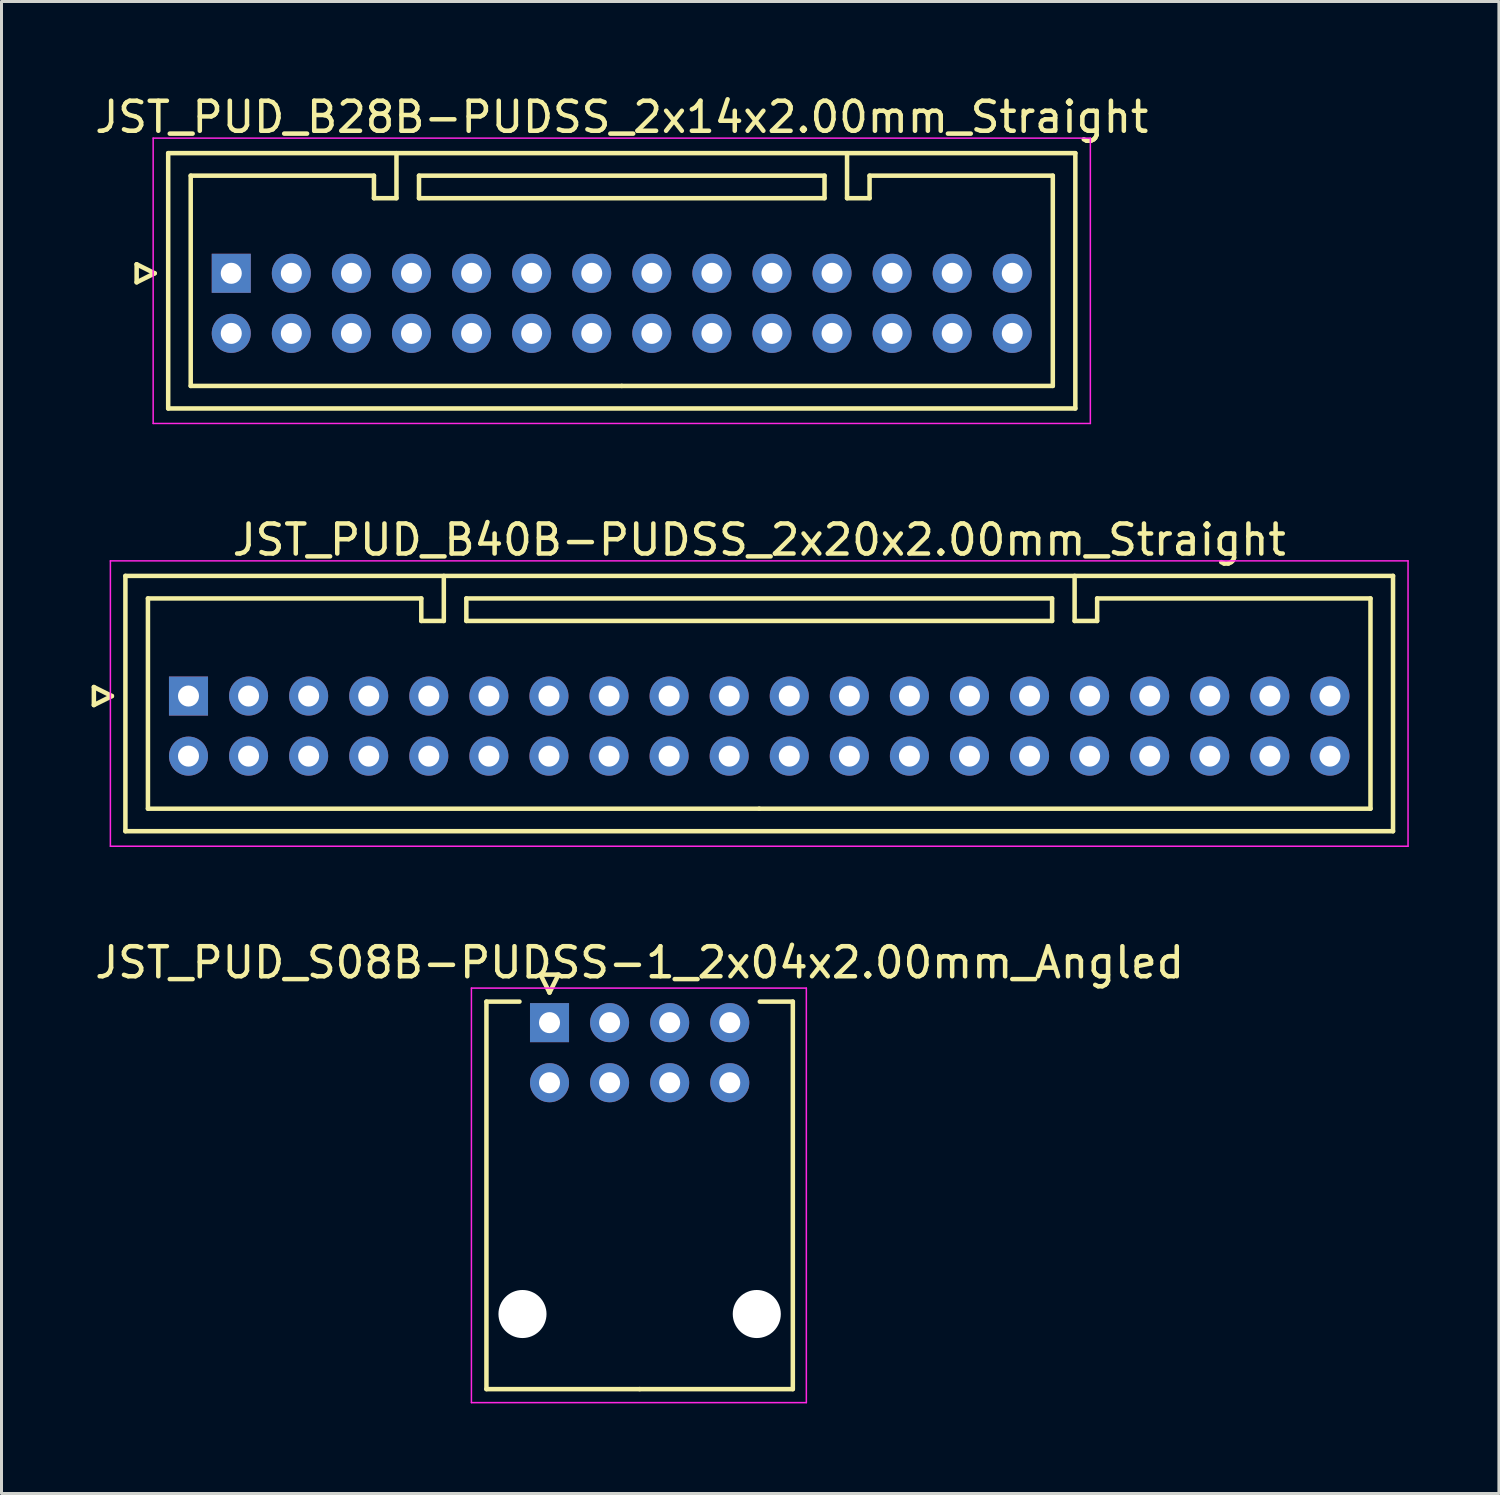
<source format=kicad_pcb>
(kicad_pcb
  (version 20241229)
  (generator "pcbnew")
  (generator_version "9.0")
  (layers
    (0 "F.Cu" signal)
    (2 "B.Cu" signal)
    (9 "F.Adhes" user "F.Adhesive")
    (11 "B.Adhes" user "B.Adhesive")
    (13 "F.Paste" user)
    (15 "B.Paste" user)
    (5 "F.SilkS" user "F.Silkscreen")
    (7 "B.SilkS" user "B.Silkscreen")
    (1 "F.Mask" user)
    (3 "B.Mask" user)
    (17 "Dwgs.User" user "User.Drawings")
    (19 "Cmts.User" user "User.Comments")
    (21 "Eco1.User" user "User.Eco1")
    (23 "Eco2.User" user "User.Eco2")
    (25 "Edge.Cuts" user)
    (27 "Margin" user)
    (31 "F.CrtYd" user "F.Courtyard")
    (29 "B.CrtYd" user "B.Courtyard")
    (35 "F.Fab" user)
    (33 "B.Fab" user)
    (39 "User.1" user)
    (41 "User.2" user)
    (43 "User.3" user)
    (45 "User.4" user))
  (footprint "JST_PUD_S08B-PUDSS-1_2x04x2.00mm_Angled"
    (layer "F.Cu")
    (at 15.244 30.995)
    (property "Reference" "JST_PUD_S08B-PUDSS-1_2x04x2.00mm_Angled" (at 3 -2 0) (layer "F.SilkS") (effects (font (size 1 1) (thickness 0.15))))
    (attr through_hole)
    (fp_line (start -2.1 -0.7) (end -2.1 12.2) (stroke (width 0.15) (type solid)) (layer "F.SilkS"))
    (fp_line (start -2.1 12.2) (end 3 12.2) (stroke (width 0.15) (type solid)) (layer "F.SilkS"))
    (fp_line (start -1 -0.7) (end -2.1 -0.7) (stroke (width 0.15) (type solid)) (layer "F.SilkS"))
    (fp_line (start -0.3 -1.6) (end 0.3 -1.6) (stroke (width 0.15) (type solid)) (layer "F.SilkS"))
    (fp_line (start 0 -1) (end -0.3 -1.6) (stroke (width 0.15) (type solid)) (layer "F.SilkS"))
    (fp_line (start 0.3 -1.6) (end 0 -1) (stroke (width 0.15) (type solid)) (layer "F.SilkS"))
    (fp_line (start 7 -0.7) (end 8.1 -0.7) (stroke (width 0.15) (type solid)) (layer "F.SilkS"))
    (fp_line (start 8.1 -0.7) (end 8.1 12.2) (stroke (width 0.15) (type solid)) (layer "F.SilkS"))
    (fp_line (start 8.1 12.2) (end 3 12.2) (stroke (width 0.15) (type solid)) (layer "F.SilkS"))
    (fp_line (start -2.6 -1.15) (end -2.6 12.65) (stroke (width 0.05) (type solid)) (layer "F.CrtYd"))
    (fp_line (start -2.6 12.65) (end 8.55 12.65) (stroke (width 0.05) (type solid)) (layer "F.CrtYd"))
    (fp_line (start 8.55 -1.15) (end -2.6 -1.15) (stroke (width 0.05) (type solid)) (layer "F.CrtYd"))
    (fp_line (start 8.55 12.65) (end 8.55 -1.15) (stroke (width 0.05) (type solid)) (layer "F.CrtYd"))
    (pad "" np_thru_hole circle (at -0.9 9.7) (size 1.6 1.6) (drill 1.6) (layers "*.Cu"))
    (pad "" np_thru_hole circle (at 6.9 9.7) (size 1.6 1.6) (drill 1.6) (layers "*.Cu"))
    (pad "1" thru_hole rect (at 0 0) (size 1.3 1.3) (drill 0.7) (layers "*.Cu" "*.Mask"))
    (pad "2" thru_hole circle (at 0 2) (size 1.3 1.3) (drill 0.7) (layers "*.Cu" "*.Mask"))
    (pad "3" thru_hole circle (at 2 0) (size 1.3 1.3) (drill 0.7) (layers "*.Cu" "*.Mask"))
    (pad "4" thru_hole circle (at 2 2) (size 1.3 1.3) (drill 0.7) (layers "*.Cu" "*.Mask"))
    (pad "5" thru_hole circle (at 4 0) (size 1.3 1.3) (drill 0.7) (layers "*.Cu" "*.Mask"))
    (pad "6" thru_hole circle (at 4 2) (size 1.3 1.3) (drill 0.7) (layers "*.Cu" "*.Mask"))
    (pad "7" thru_hole circle (at 6 0) (size 1.3 1.3) (drill 0.7) (layers "*.Cu" "*.Mask"))
    (pad "8" thru_hole circle (at 6 2) (size 1.3 1.3) (drill 0.7) (layers "*.Cu" "*.Mask")))
  (footprint "JST_PUD_B40B-PUDSS_2x20x2.00mm_Straight"
    (layer "F.Cu")
    (at 3.225 20.122)
    (property "Reference" "JST_PUD_B40B-PUDSS_2x20x2.00mm_Straight" (at 19 -5.2 0) (layer "F.SilkS") (effects (font (size 1 1) (thickness 0.15))))
    (attr through_hole)
    (fp_line (start -3.15 -0.3) (end -2.55 0) (stroke (width 0.15) (type solid)) (layer "F.SilkS"))
    (fp_line (start -3.15 0.3) (end -3.15 -0.3) (stroke (width 0.15) (type solid)) (layer "F.SilkS"))
    (fp_line (start -2.55 0) (end -3.15 0.3) (stroke (width 0.15) (type solid)) (layer "F.SilkS"))
    (fp_line (start -2.1 -4) (end -2.1 4.5) (stroke (width 0.15) (type solid)) (layer "F.SilkS"))
    (fp_line (start -2.1 4.5) (end 40.1 4.5) (stroke (width 0.15) (type solid)) (layer "F.SilkS"))
    (fp_line (start -1.35 -3.25) (end -1.35 3.75) (stroke (width 0.15) (type solid)) (layer "F.SilkS"))
    (fp_line (start -1.35 3.75) (end 19 3.75) (stroke (width 0.15) (type solid)) (layer "F.SilkS"))
    (fp_line (start 7.75 -3.25) (end -1.35 -3.25) (stroke (width 0.15) (type solid)) (layer "F.SilkS"))
    (fp_line (start 7.75 -2.5) (end 7.75 -3.25) (stroke (width 0.15) (type solid)) (layer "F.SilkS"))
    (fp_line (start 8.5 -4) (end 8.5 -2.5) (stroke (width 0.15) (type solid)) (layer "F.SilkS"))
    (fp_line (start 8.5 -2.5) (end 7.75 -2.5) (stroke (width 0.15) (type solid)) (layer "F.SilkS"))
    (fp_line (start 9.25 -3.25) (end 9.25 -2.5) (stroke (width 0.15) (type solid)) (layer "F.SilkS"))
    (fp_line (start 9.25 -2.5) (end 28.75 -2.5) (stroke (width 0.15) (type solid)) (layer "F.SilkS"))
    (fp_line (start 28.75 -3.25) (end 9.25 -3.25) (stroke (width 0.15) (type solid)) (layer "F.SilkS"))
    (fp_line (start 28.75 -2.5) (end 28.75 -3.25) (stroke (width 0.15) (type solid)) (layer "F.SilkS"))
    (fp_line (start 29.5 -4) (end 29.5 -2.5) (stroke (width 0.15) (type solid)) (layer "F.SilkS"))
    (fp_line (start 29.5 -2.5) (end 30.25 -2.5) (stroke (width 0.15) (type solid)) (layer "F.SilkS"))
    (fp_line (start 30.25 -3.25) (end 39.35 -3.25) (stroke (width 0.15) (type solid)) (layer "F.SilkS"))
    (fp_line (start 30.25 -2.5) (end 30.25 -3.25) (stroke (width 0.15) (type solid)) (layer "F.SilkS"))
    (fp_line (start 39.35 -3.25) (end 39.35 3.75) (stroke (width 0.15) (type solid)) (layer "F.SilkS"))
    (fp_line (start 39.35 3.75) (end 19 3.75) (stroke (width 0.15) (type solid)) (layer "F.SilkS"))
    (fp_line (start 40.1 -4) (end -2.1 -4) (stroke (width 0.15) (type solid)) (layer "F.SilkS"))
    (fp_line (start 40.1 4.5) (end 40.1 -4) (stroke (width 0.15) (type solid)) (layer "F.SilkS"))
    (fp_line (start -2.6 -4.5) (end -2.6 5) (stroke (width 0.05) (type solid)) (layer "F.CrtYd"))
    (fp_line (start -2.6 5) (end 40.6 5) (stroke (width 0.05) (type solid)) (layer "F.CrtYd"))
    (fp_line (start 40.6 -4.5) (end -2.6 -4.5) (stroke (width 0.05) (type solid)) (layer "F.CrtYd"))
    (fp_line (start 40.6 5) (end 40.6 -4.5) (stroke (width 0.05) (type solid)) (layer "F.CrtYd"))
    (pad "1" thru_hole rect (at 0 0) (size 1.3 1.3) (drill 0.7) (layers "*.Cu" "*.Mask"))
    (pad "2" thru_hole circle (at 0 2) (size 1.3 1.3) (drill 0.7) (layers "*.Cu" "*.Mask"))
    (pad "3" thru_hole circle (at 2 0) (size 1.3 1.3) (drill 0.7) (layers "*.Cu" "*.Mask"))
    (pad "4" thru_hole circle (at 2 2) (size 1.3 1.3) (drill 0.7) (layers "*.Cu" "*.Mask"))
    (pad "5" thru_hole circle (at 4 0) (size 1.3 1.3) (drill 0.7) (layers "*.Cu" "*.Mask"))
    (pad "6" thru_hole circle (at 4 2) (size 1.3 1.3) (drill 0.7) (layers "*.Cu" "*.Mask"))
    (pad "7" thru_hole circle (at 6 0) (size 1.3 1.3) (drill 0.7) (layers "*.Cu" "*.Mask"))
    (pad "8" thru_hole circle (at 6 2) (size 1.3 1.3) (drill 0.7) (layers "*.Cu" "*.Mask"))
    (pad "9" thru_hole circle (at 8 0) (size 1.3 1.3) (drill 0.7) (layers "*.Cu" "*.Mask"))
    (pad "10" thru_hole circle (at 8 2) (size 1.3 1.3) (drill 0.7) (layers "*.Cu" "*.Mask"))
    (pad "11" thru_hole circle (at 10 0) (size 1.3 1.3) (drill 0.7) (layers "*.Cu" "*.Mask"))
    (pad "12" thru_hole circle (at 10 2) (size 1.3 1.3) (drill 0.7) (layers "*.Cu" "*.Mask"))
    (pad "13" thru_hole circle (at 12 0) (size 1.3 1.3) (drill 0.7) (layers "*.Cu" "*.Mask"))
    (pad "14" thru_hole circle (at 12 2) (size 1.3 1.3) (drill 0.7) (layers "*.Cu" "*.Mask"))
    (pad "15" thru_hole circle (at 14 0) (size 1.3 1.3) (drill 0.7) (layers "*.Cu" "*.Mask"))
    (pad "16" thru_hole circle (at 14 2) (size 1.3 1.3) (drill 0.7) (layers "*.Cu" "*.Mask"))
    (pad "17" thru_hole circle (at 16 0) (size 1.3 1.3) (drill 0.7) (layers "*.Cu" "*.Mask"))
    (pad "18" thru_hole circle (at 16 2) (size 1.3 1.3) (drill 0.7) (layers "*.Cu" "*.Mask"))
    (pad "19" thru_hole circle (at 18 0) (size 1.3 1.3) (drill 0.7) (layers "*.Cu" "*.Mask"))
    (pad "20" thru_hole circle (at 18 2) (size 1.3 1.3) (drill 0.7) (layers "*.Cu" "*.Mask"))
    (pad "21" thru_hole circle (at 20 0) (size 1.3 1.3) (drill 0.7) (layers "*.Cu" "*.Mask"))
    (pad "22" thru_hole circle (at 20 2) (size 1.3 1.3) (drill 0.7) (layers "*.Cu" "*.Mask"))
    (pad "23" thru_hole circle (at 22 0) (size 1.3 1.3) (drill 0.7) (layers "*.Cu" "*.Mask"))
    (pad "24" thru_hole circle (at 22 2) (size 1.3 1.3) (drill 0.7) (layers "*.Cu" "*.Mask"))
    (pad "25" thru_hole circle (at 24 0) (size 1.3 1.3) (drill 0.7) (layers "*.Cu" "*.Mask"))
    (pad "26" thru_hole circle (at 24 2) (size 1.3 1.3) (drill 0.7) (layers "*.Cu" "*.Mask"))
    (pad "27" thru_hole circle (at 26 0) (size 1.3 1.3) (drill 0.7) (layers "*.Cu" "*.Mask"))
    (pad "28" thru_hole circle (at 26 2) (size 1.3 1.3) (drill 0.7) (layers "*.Cu" "*.Mask"))
    (pad "29" thru_hole circle (at 28 0) (size 1.3 1.3) (drill 0.7) (layers "*.Cu" "*.Mask"))
    (pad "30" thru_hole circle (at 28 2) (size 1.3 1.3) (drill 0.7) (layers "*.Cu" "*.Mask"))
    (pad "31" thru_hole circle (at 30 0) (size 1.3 1.3) (drill 0.7) (layers "*.Cu" "*.Mask"))
    (pad "32" thru_hole circle (at 30 2) (size 1.3 1.3) (drill 0.7) (layers "*.Cu" "*.Mask"))
    (pad "33" thru_hole circle (at 32 0) (size 1.3 1.3) (drill 0.7) (layers "*.Cu" "*.Mask"))
    (pad "34" thru_hole circle (at 32 2) (size 1.3 1.3) (drill 0.7) (layers "*.Cu" "*.Mask"))
    (pad "35" thru_hole circle (at 34 0) (size 1.3 1.3) (drill 0.7) (layers "*.Cu" "*.Mask"))
    (pad "36" thru_hole circle (at 34 2) (size 1.3 1.3) (drill 0.7) (layers "*.Cu" "*.Mask"))
    (pad "37" thru_hole circle (at 36 0) (size 1.3 1.3) (drill 0.7) (layers "*.Cu" "*.Mask"))
    (pad "38" thru_hole circle (at 36 2) (size 1.3 1.3) (drill 0.7) (layers "*.Cu" "*.Mask"))
    (pad "39" thru_hole circle (at 38 0) (size 1.3 1.3) (drill 0.7) (layers "*.Cu" "*.Mask"))
    (pad "40" thru_hole circle (at 38 2) (size 1.3 1.3) (drill 0.7) (layers "*.Cu" "*.Mask")))
  (footprint "JST_PUD_B28B-PUDSS_2x14x2.00mm_Straight"
    (layer "F.Cu")
    (at 4.649 6.048)
    (property "Reference" "JST_PUD_B28B-PUDSS_2x14x2.00mm_Straight" (at 13 -5.2 0) (layer "F.SilkS") (effects (font (size 1 1) (thickness 0.15))))
    (attr through_hole)
    (fp_line (start -3.15 -0.3) (end -2.55 0) (stroke (width 0.15) (type solid)) (layer "F.SilkS"))
    (fp_line (start -3.15 0.3) (end -3.15 -0.3) (stroke (width 0.15) (type solid)) (layer "F.SilkS"))
    (fp_line (start -2.55 0) (end -3.15 0.3) (stroke (width 0.15) (type solid)) (layer "F.SilkS"))
    (fp_line (start -2.1 -4) (end -2.1 4.5) (stroke (width 0.15) (type solid)) (layer "F.SilkS"))
    (fp_line (start -2.1 4.5) (end 28.1 4.5) (stroke (width 0.15) (type solid)) (layer "F.SilkS"))
    (fp_line (start -1.35 -3.25) (end -1.35 3.75) (stroke (width 0.15) (type solid)) (layer "F.SilkS"))
    (fp_line (start -1.35 3.75) (end 13 3.75) (stroke (width 0.15) (type solid)) (layer "F.SilkS"))
    (fp_line (start 4.75 -3.25) (end -1.35 -3.25) (stroke (width 0.15) (type solid)) (layer "F.SilkS"))
    (fp_line (start 4.75 -2.5) (end 4.75 -3.25) (stroke (width 0.15) (type solid)) (layer "F.SilkS"))
    (fp_line (start 5.5 -4) (end 5.5 -2.5) (stroke (width 0.15) (type solid)) (layer "F.SilkS"))
    (fp_line (start 5.5 -2.5) (end 4.75 -2.5) (stroke (width 0.15) (type solid)) (layer "F.SilkS"))
    (fp_line (start 6.25 -3.25) (end 6.25 -2.5) (stroke (width 0.15) (type solid)) (layer "F.SilkS"))
    (fp_line (start 6.25 -2.5) (end 19.75 -2.5) (stroke (width 0.15) (type solid)) (layer "F.SilkS"))
    (fp_line (start 19.75 -3.25) (end 6.25 -3.25) (stroke (width 0.15) (type solid)) (layer "F.SilkS"))
    (fp_line (start 19.75 -2.5) (end 19.75 -3.25) (stroke (width 0.15) (type solid)) (layer "F.SilkS"))
    (fp_line (start 20.5 -4) (end 20.5 -2.5) (stroke (width 0.15) (type solid)) (layer "F.SilkS"))
    (fp_line (start 20.5 -2.5) (end 21.25 -2.5) (stroke (width 0.15) (type solid)) (layer "F.SilkS"))
    (fp_line (start 21.25 -3.25) (end 27.35 -3.25) (stroke (width 0.15) (type solid)) (layer "F.SilkS"))
    (fp_line (start 21.25 -2.5) (end 21.25 -3.25) (stroke (width 0.15) (type solid)) (layer "F.SilkS"))
    (fp_line (start 27.35 -3.25) (end 27.35 3.75) (stroke (width 0.15) (type solid)) (layer "F.SilkS"))
    (fp_line (start 27.35 3.75) (end 13 3.75) (stroke (width 0.15) (type solid)) (layer "F.SilkS"))
    (fp_line (start 28.1 -4) (end -2.1 -4) (stroke (width 0.15) (type solid)) (layer "F.SilkS"))
    (fp_line (start 28.1 4.5) (end 28.1 -4) (stroke (width 0.15) (type solid)) (layer "F.SilkS"))
    (fp_line (start -2.6 -4.5) (end -2.6 5) (stroke (width 0.05) (type solid)) (layer "F.CrtYd"))
    (fp_line (start -2.6 5) (end 28.6 5) (stroke (width 0.05) (type solid)) (layer "F.CrtYd"))
    (fp_line (start 28.6 -4.5) (end -2.6 -4.5) (stroke (width 0.05) (type solid)) (layer "F.CrtYd"))
    (fp_line (start 28.6 5) (end 28.6 -4.5) (stroke (width 0.05) (type solid)) (layer "F.CrtYd"))
    (pad "1" thru_hole rect (at 0 0) (size 1.3 1.3) (drill 0.7) (layers "*.Cu" "*.Mask"))
    (pad "2" thru_hole circle (at 0 2) (size 1.3 1.3) (drill 0.7) (layers "*.Cu" "*.Mask"))
    (pad "3" thru_hole circle (at 2 0) (size 1.3 1.3) (drill 0.7) (layers "*.Cu" "*.Mask"))
    (pad "4" thru_hole circle (at 2 2) (size 1.3 1.3) (drill 0.7) (layers "*.Cu" "*.Mask"))
    (pad "5" thru_hole circle (at 4 0) (size 1.3 1.3) (drill 0.7) (layers "*.Cu" "*.Mask"))
    (pad "6" thru_hole circle (at 4 2) (size 1.3 1.3) (drill 0.7) (layers "*.Cu" "*.Mask"))
    (pad "7" thru_hole circle (at 6 0) (size 1.3 1.3) (drill 0.7) (layers "*.Cu" "*.Mask"))
    (pad "8" thru_hole circle (at 6 2) (size 1.3 1.3) (drill 0.7) (layers "*.Cu" "*.Mask"))
    (pad "9" thru_hole circle (at 8 0) (size 1.3 1.3) (drill 0.7) (layers "*.Cu" "*.Mask"))
    (pad "10" thru_hole circle (at 8 2) (size 1.3 1.3) (drill 0.7) (layers "*.Cu" "*.Mask"))
    (pad "11" thru_hole circle (at 10 0) (size 1.3 1.3) (drill 0.7) (layers "*.Cu" "*.Mask"))
    (pad "12" thru_hole circle (at 10 2) (size 1.3 1.3) (drill 0.7) (layers "*.Cu" "*.Mask"))
    (pad "13" thru_hole circle (at 12 0) (size 1.3 1.3) (drill 0.7) (layers "*.Cu" "*.Mask"))
    (pad "14" thru_hole circle (at 12 2) (size 1.3 1.3) (drill 0.7) (layers "*.Cu" "*.Mask"))
    (pad "15" thru_hole circle (at 14 0) (size 1.3 1.3) (drill 0.7) (layers "*.Cu" "*.Mask"))
    (pad "16" thru_hole circle (at 14 2) (size 1.3 1.3) (drill 0.7) (layers "*.Cu" "*.Mask"))
    (pad "17" thru_hole circle (at 16 0) (size 1.3 1.3) (drill 0.7) (layers "*.Cu" "*.Mask"))
    (pad "18" thru_hole circle (at 16 2) (size 1.3 1.3) (drill 0.7) (layers "*.Cu" "*.Mask"))
    (pad "19" thru_hole circle (at 18 0) (size 1.3 1.3) (drill 0.7) (layers "*.Cu" "*.Mask"))
    (pad "20" thru_hole circle (at 18 2) (size 1.3 1.3) (drill 0.7) (layers "*.Cu" "*.Mask"))
    (pad "21" thru_hole circle (at 20 0) (size 1.3 1.3) (drill 0.7) (layers "*.Cu" "*.Mask"))
    (pad "22" thru_hole circle (at 20 2) (size 1.3 1.3) (drill 0.7) (layers "*.Cu" "*.Mask"))
    (pad "23" thru_hole circle (at 22 0) (size 1.3 1.3) (drill 0.7) (layers "*.Cu" "*.Mask"))
    (pad "24" thru_hole circle (at 22 2) (size 1.3 1.3) (drill 0.7) (layers "*.Cu" "*.Mask"))
    (pad "25" thru_hole circle (at 24 0) (size 1.3 1.3) (drill 0.7) (layers "*.Cu" "*.Mask"))
    (pad "26" thru_hole circle (at 24 2) (size 1.3 1.3) (drill 0.7) (layers "*.Cu" "*.Mask"))
    (pad "27" thru_hole circle (at 26 0) (size 1.3 1.3) (drill 0.7) (layers "*.Cu" "*.Mask"))
    (pad "28" thru_hole circle (at 26 2) (size 1.3 1.3) (drill 0.7) (layers "*.Cu" "*.Mask")))
  (gr_rect
    (start -3 -3)
    (end 46.85 46.67)
    (stroke (width 0.1) (type default))
    (fill no)
    (layer "Edge.Cuts")))
</source>
